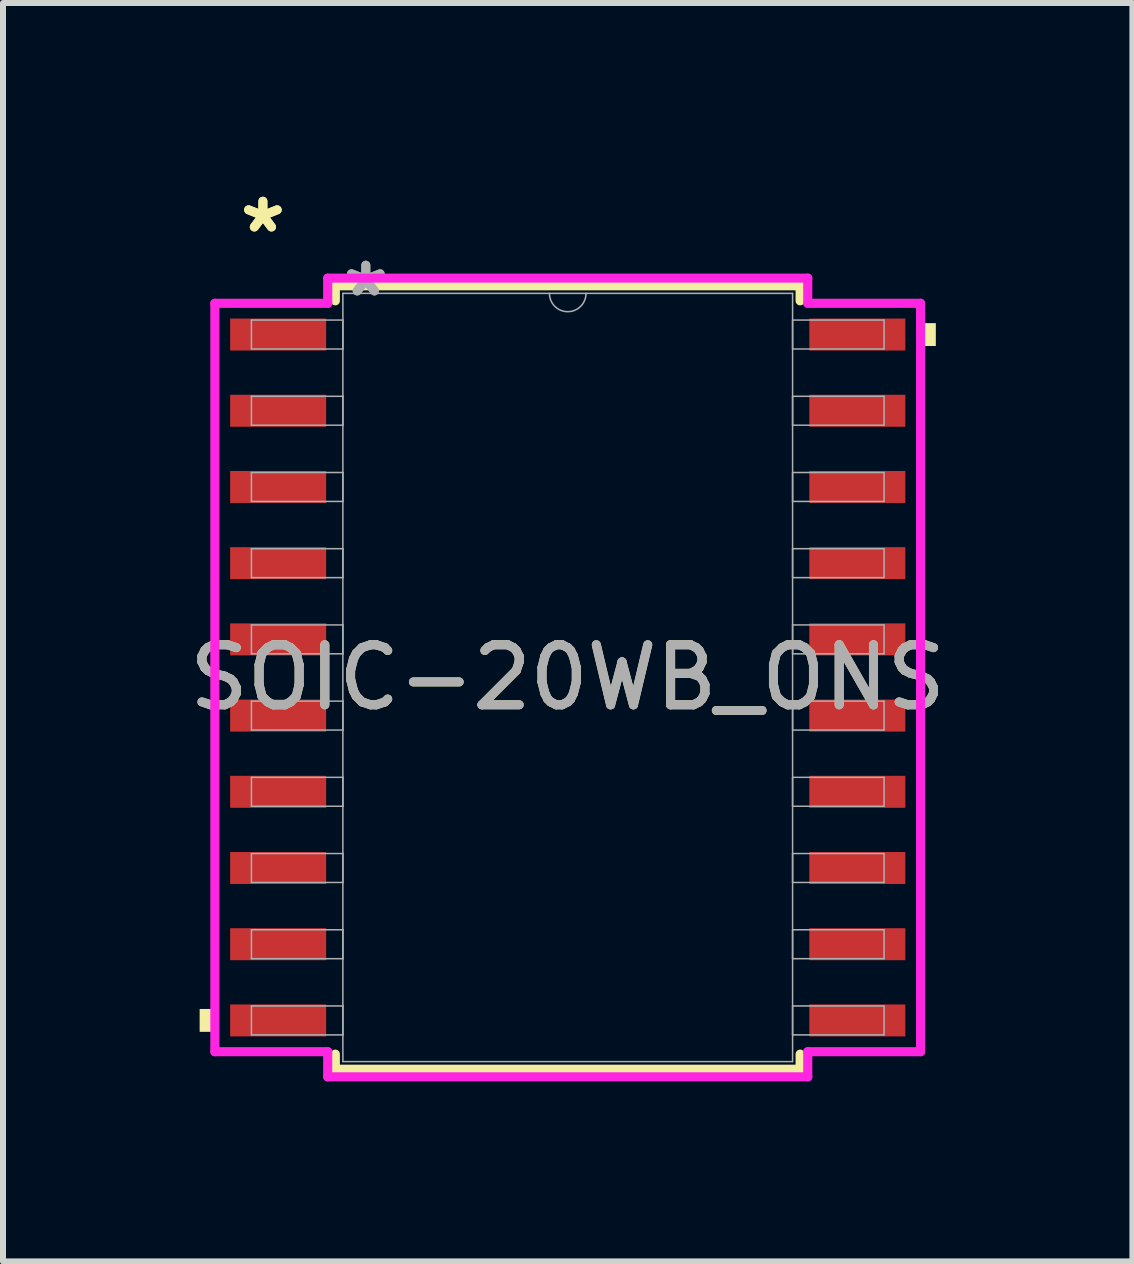
<source format=kicad_pcb>
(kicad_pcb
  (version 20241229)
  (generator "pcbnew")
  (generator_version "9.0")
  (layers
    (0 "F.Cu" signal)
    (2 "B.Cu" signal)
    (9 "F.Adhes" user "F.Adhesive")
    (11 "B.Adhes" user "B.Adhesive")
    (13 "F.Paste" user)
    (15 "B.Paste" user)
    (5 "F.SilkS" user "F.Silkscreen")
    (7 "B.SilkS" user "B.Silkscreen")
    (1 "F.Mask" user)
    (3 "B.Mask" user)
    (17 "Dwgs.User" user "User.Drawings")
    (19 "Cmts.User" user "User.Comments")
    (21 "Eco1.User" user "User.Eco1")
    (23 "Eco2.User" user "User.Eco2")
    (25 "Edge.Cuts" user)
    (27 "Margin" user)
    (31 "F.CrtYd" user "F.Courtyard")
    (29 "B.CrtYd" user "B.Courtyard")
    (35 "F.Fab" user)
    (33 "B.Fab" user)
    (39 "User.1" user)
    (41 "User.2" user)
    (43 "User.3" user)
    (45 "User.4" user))
  (footprint "SOIC-20WB_ONS"
    (layer "F.Cu")
    (at 6.411 8.24)
    (property "Reference" "SOIC-20WB_ONS" (at 0 0 0) (unlocked yes) (layer "F.SilkS") (effects (font (size 1 1) (thickness 0.15))))
    (attr smd)
    (fp_line (start -3.873 -6.528) (end -3.873 -6.277) (stroke (width 0.152) (type solid)) (layer "F.SilkS"))
    (fp_line (start -3.873 6.277) (end -3.873 6.528) (stroke (width 0.152) (type solid)) (layer "F.SilkS"))
    (fp_line (start -3.873 6.528) (end 3.873 6.528) (stroke (width 0.152) (type solid)) (layer "F.SilkS"))
    (fp_line (start 3.873 -6.528) (end -3.873 -6.528) (stroke (width 0.152) (type solid)) (layer "F.SilkS"))
    (fp_line (start 3.873 -6.277) (end 3.873 -6.528) (stroke (width 0.152) (type solid)) (layer "F.SilkS"))
    (fp_line (start 3.873 6.528) (end 3.873 6.277) (stroke (width 0.152) (type solid)) (layer "F.SilkS"))
    (fp_poly (pts (xy -6.134 5.524) (xy -6.134 5.905) (xy -5.88 5.905) (xy -5.88 5.524)) (stroke (width 0) (type solid)) (fill yes) (layer "F.SilkS"))
    (fp_poly (pts (xy 6.134 -5.905) (xy 6.134 -5.524) (xy 5.88 -5.524) (xy 5.88 -5.905)) (stroke (width 0) (type solid)) (fill yes) (layer "F.SilkS"))
    (fp_line (start -5.88 -6.236) (end -4 -6.236) (stroke (width 0.152) (type solid)) (layer "F.CrtYd"))
    (fp_line (start -5.88 6.236) (end -5.88 -6.236) (stroke (width 0.152) (type solid)) (layer "F.CrtYd"))
    (fp_line (start -5.88 6.236) (end -4 6.236) (stroke (width 0.152) (type solid)) (layer "F.CrtYd"))
    (fp_line (start -4 -6.655) (end 4 -6.655) (stroke (width 0.152) (type solid)) (layer "F.CrtYd"))
    (fp_line (start -4 -6.236) (end -4 -6.655) (stroke (width 0.152) (type solid)) (layer "F.CrtYd"))
    (fp_line (start -4 6.655) (end -4 6.236) (stroke (width 0.152) (type solid)) (layer "F.CrtYd"))
    (fp_line (start 4 -6.655) (end 4 -6.236) (stroke (width 0.152) (type solid)) (layer "F.CrtYd"))
    (fp_line (start 4 6.236) (end 4 6.655) (stroke (width 0.152) (type solid)) (layer "F.CrtYd"))
    (fp_line (start 4 6.655) (end -4 6.655) (stroke (width 0.152) (type solid)) (layer "F.CrtYd"))
    (fp_line (start 5.88 -6.236) (end 4 -6.236) (stroke (width 0.152) (type solid)) (layer "F.CrtYd"))
    (fp_line (start 5.88 -6.236) (end 5.88 6.236) (stroke (width 0.152) (type solid)) (layer "F.CrtYd"))
    (fp_line (start 5.88 6.236) (end 4 6.236) (stroke (width 0.152) (type solid)) (layer "F.CrtYd"))
    (fp_line (start -5.271 -5.956) (end -5.271 -5.474) (stroke (width 0.025) (type solid)) (layer "F.Fab"))
    (fp_line (start -5.271 -5.474) (end -3.747 -5.474) (stroke (width 0.025) (type solid)) (layer "F.Fab"))
    (fp_line (start -5.271 -4.686) (end -5.271 -4.204) (stroke (width 0.025) (type solid)) (layer "F.Fab"))
    (fp_line (start -5.271 -4.204) (end -3.747 -4.204) (stroke (width 0.025) (type solid)) (layer "F.Fab"))
    (fp_line (start -5.271 -3.416) (end -5.271 -2.934) (stroke (width 0.025) (type solid)) (layer "F.Fab"))
    (fp_line (start -5.271 -2.934) (end -3.747 -2.934) (stroke (width 0.025) (type solid)) (layer "F.Fab"))
    (fp_line (start -5.271 -2.146) (end -5.271 -1.664) (stroke (width 0.025) (type solid)) (layer "F.Fab"))
    (fp_line (start -5.271 -1.664) (end -3.747 -1.664) (stroke (width 0.025) (type solid)) (layer "F.Fab"))
    (fp_line (start -5.271 -0.876) (end -5.271 -0.394) (stroke (width 0.025) (type solid)) (layer "F.Fab"))
    (fp_line (start -5.271 -0.394) (end -3.747 -0.394) (stroke (width 0.025) (type solid)) (layer "F.Fab"))
    (fp_line (start -5.271 0.394) (end -5.271 0.876) (stroke (width 0.025) (type solid)) (layer "F.Fab"))
    (fp_line (start -5.271 0.876) (end -3.747 0.876) (stroke (width 0.025) (type solid)) (layer "F.Fab"))
    (fp_line (start -5.271 1.664) (end -5.271 2.146) (stroke (width 0.025) (type solid)) (layer "F.Fab"))
    (fp_line (start -5.271 2.146) (end -3.747 2.146) (stroke (width 0.025) (type solid)) (layer "F.Fab"))
    (fp_line (start -5.271 2.934) (end -5.271 3.416) (stroke (width 0.025) (type solid)) (layer "F.Fab"))
    (fp_line (start -5.271 3.416) (end -3.747 3.416) (stroke (width 0.025) (type solid)) (layer "F.Fab"))
    (fp_line (start -5.271 4.204) (end -5.271 4.686) (stroke (width 0.025) (type solid)) (layer "F.Fab"))
    (fp_line (start -5.271 4.686) (end -3.747 4.686) (stroke (width 0.025) (type solid)) (layer "F.Fab"))
    (fp_line (start -5.271 5.474) (end -5.271 5.956) (stroke (width 0.025) (type solid)) (layer "F.Fab"))
    (fp_line (start -5.271 5.956) (end -3.747 5.956) (stroke (width 0.025) (type solid)) (layer "F.Fab"))
    (fp_line (start -3.747 -6.401) (end -3.747 6.401) (stroke (width 0.025) (type solid)) (layer "F.Fab"))
    (fp_line (start -3.747 -5.956) (end -5.271 -5.956) (stroke (width 0.025) (type solid)) (layer "F.Fab"))
    (fp_line (start -3.747 -5.474) (end -3.747 -5.956) (stroke (width 0.025) (type solid)) (layer "F.Fab"))
    (fp_line (start -3.747 -4.686) (end -5.271 -4.686) (stroke (width 0.025) (type solid)) (layer "F.Fab"))
    (fp_line (start -3.747 -4.204) (end -3.747 -4.686) (stroke (width 0.025) (type solid)) (layer "F.Fab"))
    (fp_line (start -3.747 -3.416) (end -5.271 -3.416) (stroke (width 0.025) (type solid)) (layer "F.Fab"))
    (fp_line (start -3.747 -2.934) (end -3.747 -3.416) (stroke (width 0.025) (type solid)) (layer "F.Fab"))
    (fp_line (start -3.747 -2.146) (end -5.271 -2.146) (stroke (width 0.025) (type solid)) (layer "F.Fab"))
    (fp_line (start -3.747 -1.664) (end -3.747 -2.146) (stroke (width 0.025) (type solid)) (layer "F.Fab"))
    (fp_line (start -3.747 -0.876) (end -5.271 -0.876) (stroke (width 0.025) (type solid)) (layer "F.Fab"))
    (fp_line (start -3.747 -0.394) (end -3.747 -0.876) (stroke (width 0.025) (type solid)) (layer "F.Fab"))
    (fp_line (start -3.747 0.394) (end -5.271 0.394) (stroke (width 0.025) (type solid)) (layer "F.Fab"))
    (fp_line (start -3.747 0.876) (end -3.747 0.394) (stroke (width 0.025) (type solid)) (layer "F.Fab"))
    (fp_line (start -3.747 1.664) (end -5.271 1.664) (stroke (width 0.025) (type solid)) (layer "F.Fab"))
    (fp_line (start -3.747 2.146) (end -3.747 1.664) (stroke (width 0.025) (type solid)) (layer "F.Fab"))
    (fp_line (start -3.747 2.934) (end -5.271 2.934) (stroke (width 0.025) (type solid)) (layer "F.Fab"))
    (fp_line (start -3.747 3.416) (end -3.747 2.934) (stroke (width 0.025) (type solid)) (layer "F.Fab"))
    (fp_line (start -3.747 4.204) (end -5.271 4.204) (stroke (width 0.025) (type solid)) (layer "F.Fab"))
    (fp_line (start -3.747 4.686) (end -3.747 4.204) (stroke (width 0.025) (type solid)) (layer "F.Fab"))
    (fp_line (start -3.747 5.474) (end -5.271 5.474) (stroke (width 0.025) (type solid)) (layer "F.Fab"))
    (fp_line (start -3.747 5.956) (end -3.747 5.474) (stroke (width 0.025) (type solid)) (layer "F.Fab"))
    (fp_line (start -3.747 6.401) (end 3.747 6.401) (stroke (width 0.025) (type solid)) (layer "F.Fab"))
    (fp_line (start 3.747 -6.401) (end -3.747 -6.401) (stroke (width 0.025) (type solid)) (layer "F.Fab"))
    (fp_line (start 3.747 -5.956) (end 3.747 -5.474) (stroke (width 0.025) (type solid)) (layer "F.Fab"))
    (fp_line (start 3.747 -5.474) (end 5.271 -5.474) (stroke (width 0.025) (type solid)) (layer "F.Fab"))
    (fp_line (start 3.747 -4.686) (end 3.747 -4.204) (stroke (width 0.025) (type solid)) (layer "F.Fab"))
    (fp_line (start 3.747 -4.204) (end 5.271 -4.204) (stroke (width 0.025) (type solid)) (layer "F.Fab"))
    (fp_line (start 3.747 -3.416) (end 3.747 -2.934) (stroke (width 0.025) (type solid)) (layer "F.Fab"))
    (fp_line (start 3.747 -2.934) (end 5.271 -2.934) (stroke (width 0.025) (type solid)) (layer "F.Fab"))
    (fp_line (start 3.747 -2.146) (end 3.747 -1.664) (stroke (width 0.025) (type solid)) (layer "F.Fab"))
    (fp_line (start 3.747 -1.664) (end 5.271 -1.664) (stroke (width 0.025) (type solid)) (layer "F.Fab"))
    (fp_line (start 3.747 -0.876) (end 3.747 -0.394) (stroke (width 0.025) (type solid)) (layer "F.Fab"))
    (fp_line (start 3.747 -0.394) (end 5.271 -0.394) (stroke (width 0.025) (type solid)) (layer "F.Fab"))
    (fp_line (start 3.747 0.394) (end 3.747 0.876) (stroke (width 0.025) (type solid)) (layer "F.Fab"))
    (fp_line (start 3.747 0.876) (end 5.271 0.876) (stroke (width 0.025) (type solid)) (layer "F.Fab"))
    (fp_line (start 3.747 1.664) (end 3.747 2.146) (stroke (width 0.025) (type solid)) (layer "F.Fab"))
    (fp_line (start 3.747 2.146) (end 5.271 2.146) (stroke (width 0.025) (type solid)) (layer "F.Fab"))
    (fp_line (start 3.747 2.934) (end 3.747 3.416) (stroke (width 0.025) (type solid)) (layer "F.Fab"))
    (fp_line (start 3.747 3.416) (end 5.271 3.416) (stroke (width 0.025) (type solid)) (layer "F.Fab"))
    (fp_line (start 3.747 4.204) (end 3.747 4.686) (stroke (width 0.025) (type solid)) (layer "F.Fab"))
    (fp_line (start 3.747 4.686) (end 5.271 4.686) (stroke (width 0.025) (type solid)) (layer "F.Fab"))
    (fp_line (start 3.747 5.474) (end 3.747 5.956) (stroke (width 0.025) (type solid)) (layer "F.Fab"))
    (fp_line (start 3.747 5.956) (end 5.271 5.956) (stroke (width 0.025) (type solid)) (layer "F.Fab"))
    (fp_line (start 3.747 6.401) (end 3.747 -6.401) (stroke (width 0.025) (type solid)) (layer "F.Fab"))
    (fp_line (start 5.271 -5.956) (end 3.747 -5.956) (stroke (width 0.025) (type solid)) (layer "F.Fab"))
    (fp_line (start 5.271 -5.474) (end 5.271 -5.956) (stroke (width 0.025) (type solid)) (layer "F.Fab"))
    (fp_line (start 5.271 -4.686) (end 3.747 -4.686) (stroke (width 0.025) (type solid)) (layer "F.Fab"))
    (fp_line (start 5.271 -4.204) (end 5.271 -4.686) (stroke (width 0.025) (type solid)) (layer "F.Fab"))
    (fp_line (start 5.271 -3.416) (end 3.747 -3.416) (stroke (width 0.025) (type solid)) (layer "F.Fab"))
    (fp_line (start 5.271 -2.934) (end 5.271 -3.416) (stroke (width 0.025) (type solid)) (layer "F.Fab"))
    (fp_line (start 5.271 -2.146) (end 3.747 -2.146) (stroke (width 0.025) (type solid)) (layer "F.Fab"))
    (fp_line (start 5.271 -1.664) (end 5.271 -2.146) (stroke (width 0.025) (type solid)) (layer "F.Fab"))
    (fp_line (start 5.271 -0.876) (end 3.747 -0.876) (stroke (width 0.025) (type solid)) (layer "F.Fab"))
    (fp_line (start 5.271 -0.394) (end 5.271 -0.876) (stroke (width 0.025) (type solid)) (layer "F.Fab"))
    (fp_line (start 5.271 0.394) (end 3.747 0.394) (stroke (width 0.025) (type solid)) (layer "F.Fab"))
    (fp_line (start 5.271 0.876) (end 5.271 0.394) (stroke (width 0.025) (type solid)) (layer "F.Fab"))
    (fp_line (start 5.271 1.664) (end 3.747 1.664) (stroke (width 0.025) (type solid)) (layer "F.Fab"))
    (fp_line (start 5.271 2.146) (end 5.271 1.664) (stroke (width 0.025) (type solid)) (layer "F.Fab"))
    (fp_line (start 5.271 2.934) (end 3.747 2.934) (stroke (width 0.025) (type solid)) (layer "F.Fab"))
    (fp_line (start 5.271 3.416) (end 5.271 2.934) (stroke (width 0.025) (type solid)) (layer "F.Fab"))
    (fp_line (start 5.271 4.204) (end 3.747 4.204) (stroke (width 0.025) (type solid)) (layer "F.Fab"))
    (fp_line (start 5.271 4.686) (end 5.271 4.204) (stroke (width 0.025) (type solid)) (layer "F.Fab"))
    (fp_line (start 5.271 5.474) (end 3.747 5.474) (stroke (width 0.025) (type solid)) (layer "F.Fab"))
    (fp_line (start 5.271 5.956) (end 5.271 5.474) (stroke (width 0.025) (type solid)) (layer "F.Fab"))
    (fp_arc (start 0.3048 -6.4008) (mid 0 -6.096) (end -0.3048 -6.4008) (stroke (width 0.0254) (type solid)) (layer "F.Fab"))
    (fp_text user "*" (at -5.08 -7.391 0) (layer "F.SilkS") (effects (font (size 1 1) (thickness 0.15))))
    (fp_text user "*" (at -5.08 -7.391 0) (unlocked yes) (layer "F.SilkS") (effects (font (size 1 1) (thickness 0.15))))
    (fp_text user "*" (at -3.365 -6.325 0) (layer "F.Fab") (effects (font (size 1 1) (thickness 0.15))))
    (fp_text user "*" (at -3.365 -6.325 0) (unlocked yes) (layer "F.Fab") (effects (font (size 1 1) (thickness 0.15))))
    (fp_text user "${REFERENCE}" (at 0 0 0) (unlocked yes) (layer "F.Fab") (effects (font (size 1 1) (thickness 0.15))))
    (pad "1" smd rect (at -4.826 -5.715) (size 1.6 0.533) (layers "F.Cu" "F.Mask" "F.Paste"))
    (pad "2" smd rect (at -4.826 -4.445) (size 1.6 0.533) (layers "F.Cu" "F.Mask" "F.Paste"))
    (pad "3" smd rect (at -4.826 -3.175) (size 1.6 0.533) (layers "F.Cu" "F.Mask" "F.Paste"))
    (pad "4" smd rect (at -4.826 -1.905) (size 1.6 0.533) (layers "F.Cu" "F.Mask" "F.Paste"))
    (pad "5" smd rect (at -4.826 -0.635) (size 1.6 0.533) (layers "F.Cu" "F.Mask" "F.Paste"))
    (pad "6" smd rect (at -4.826 0.635) (size 1.6 0.533) (layers "F.Cu" "F.Mask" "F.Paste"))
    (pad "7" smd rect (at -4.826 1.905) (size 1.6 0.533) (layers "F.Cu" "F.Mask" "F.Paste"))
    (pad "8" smd rect (at -4.826 3.175) (size 1.6 0.533) (layers "F.Cu" "F.Mask" "F.Paste"))
    (pad "9" smd rect (at -4.826 4.445) (size 1.6 0.533) (layers "F.Cu" "F.Mask" "F.Paste"))
    (pad "10" smd rect (at -4.826 5.715) (size 1.6 0.533) (layers "F.Cu" "F.Mask" "F.Paste"))
    (pad "11" smd rect (at 4.826 5.715) (size 1.6 0.533) (layers "F.Cu" "F.Mask" "F.Paste"))
    (pad "12" smd rect (at 4.826 4.445) (size 1.6 0.533) (layers "F.Cu" "F.Mask" "F.Paste"))
    (pad "13" smd rect (at 4.826 3.175) (size 1.6 0.533) (layers "F.Cu" "F.Mask" "F.Paste"))
    (pad "14" smd rect (at 4.826 1.905) (size 1.6 0.533) (layers "F.Cu" "F.Mask" "F.Paste"))
    (pad "15" smd rect (at 4.826 0.635) (size 1.6 0.533) (layers "F.Cu" "F.Mask" "F.Paste"))
    (pad "16" smd rect (at 4.826 -0.635) (size 1.6 0.533) (layers "F.Cu" "F.Mask" "F.Paste"))
    (pad "17" smd rect (at 4.826 -1.905) (size 1.6 0.533) (layers "F.Cu" "F.Mask" "F.Paste"))
    (pad "18" smd rect (at 4.826 -3.175) (size 1.6 0.533) (layers "F.Cu" "F.Mask" "F.Paste"))
    (pad "19" smd rect (at 4.826 -4.445) (size 1.6 0.533) (layers "F.Cu" "F.Mask" "F.Paste"))
    (pad "20" smd rect (at 4.826 -5.715) (size 1.6 0.533) (layers "F.Cu" "F.Mask" "F.Paste")))
  (gr_rect
    (start -3 -3)
    (end 15.821 17.971)
    (stroke (width 0.1) (type default))
    (fill no)
    (layer "Edge.Cuts")))
</source>
